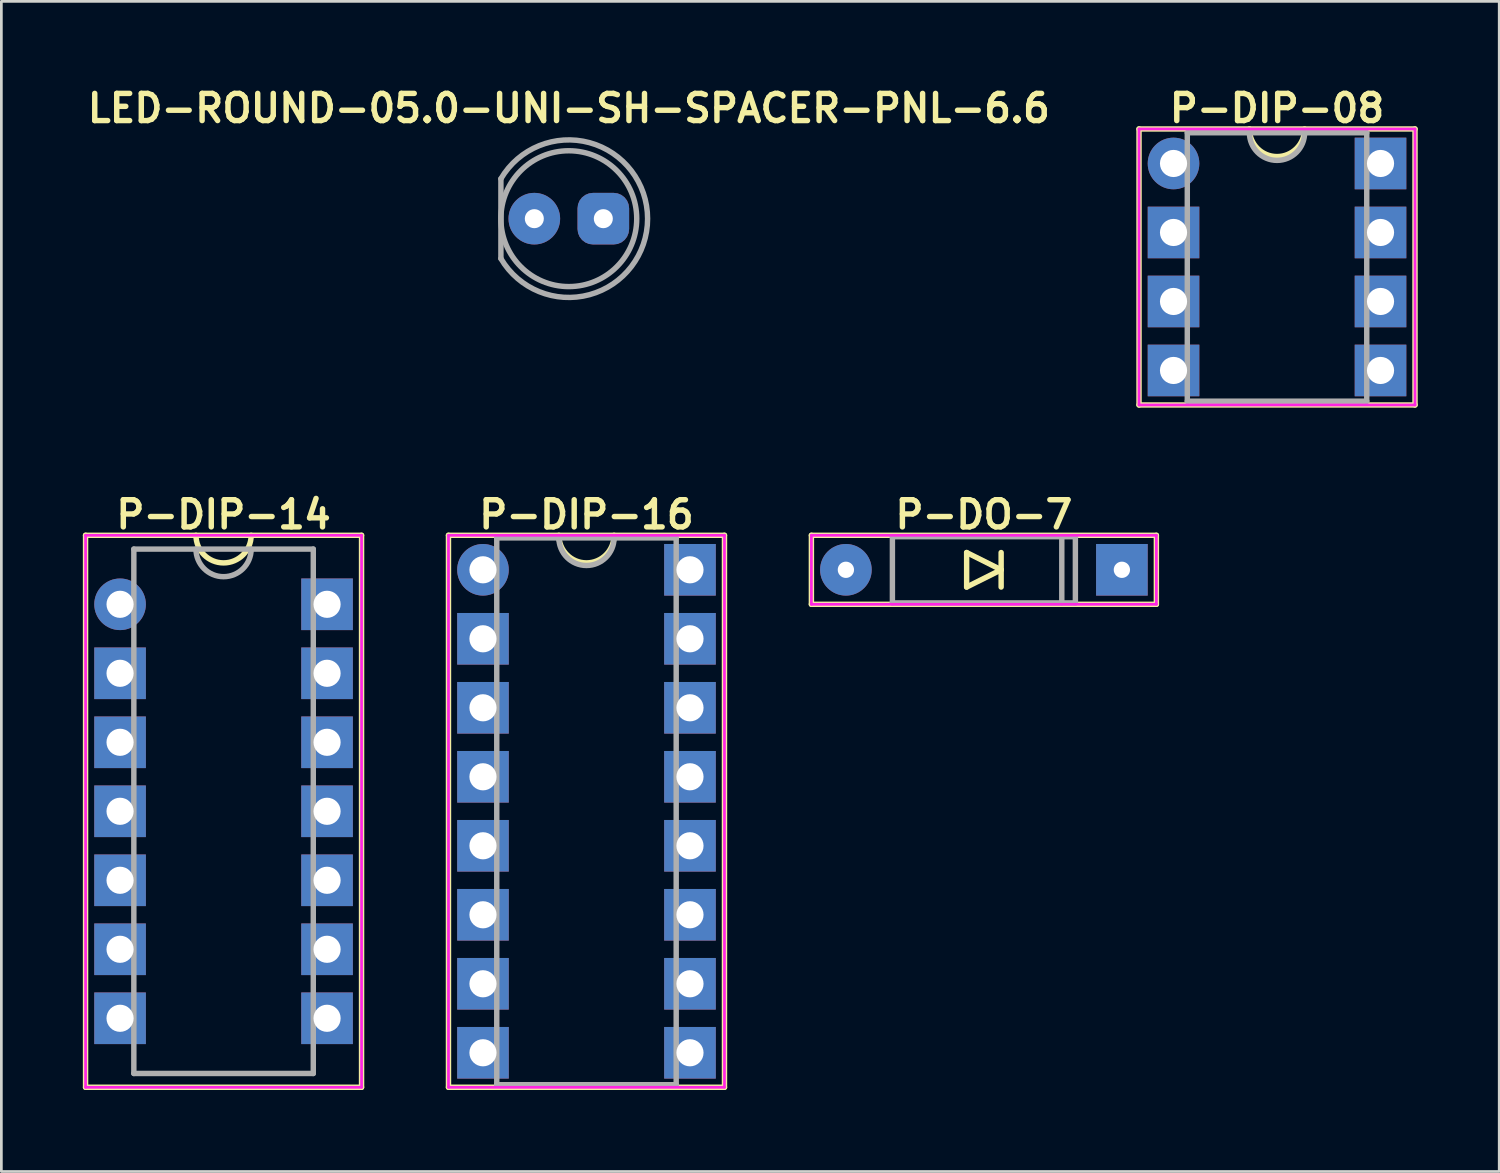
<source format=kicad_pcb>
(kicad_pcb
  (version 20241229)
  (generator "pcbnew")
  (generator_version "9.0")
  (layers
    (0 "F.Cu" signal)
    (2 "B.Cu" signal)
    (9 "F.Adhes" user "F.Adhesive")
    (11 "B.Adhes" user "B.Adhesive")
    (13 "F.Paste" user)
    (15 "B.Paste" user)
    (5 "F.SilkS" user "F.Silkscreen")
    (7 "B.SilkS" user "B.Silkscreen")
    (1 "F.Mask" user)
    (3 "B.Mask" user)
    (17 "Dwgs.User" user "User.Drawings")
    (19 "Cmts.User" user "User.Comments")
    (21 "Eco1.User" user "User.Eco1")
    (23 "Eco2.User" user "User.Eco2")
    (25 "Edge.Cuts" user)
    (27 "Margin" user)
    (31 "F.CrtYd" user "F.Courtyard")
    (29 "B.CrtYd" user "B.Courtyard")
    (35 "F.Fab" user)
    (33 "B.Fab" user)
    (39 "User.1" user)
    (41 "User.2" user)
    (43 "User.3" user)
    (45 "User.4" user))
  (footprint "P-DIP-16"
    (layer "F.Cu")
    (at 18.54 26.816)
    (property "Reference" "P-DIP-16" (at 0 -10.922 0) (layer "F.SilkS") (effects (font (size 1 1) (thickness 0.2))))
    (attr through_hole)
    (fp_line (start -5.08 -10.16) (end -5.08 10.16) (stroke (width 0.2) (type solid)) (layer "F.SilkS"))
    (fp_line (start -5.08 -10.16) (end 5.08 -10.16) (stroke (width 0.2) (type solid)) (layer "F.SilkS"))
    (fp_line (start -5.08 10.16) (end 5.08 10.16) (stroke (width 0.2) (type solid)) (layer "F.SilkS"))
    (fp_line (start 5.08 -10.16) (end 5.08 10.16) (stroke (width 0.2) (type solid)) (layer "F.SilkS"))
    (fp_arc (start 1.016 -10.16) (mid 0 -9.144) (end -1.016 -10.16) (stroke (width 0.2) (type solid)) (layer "F.SilkS"))
    (fp_line (start -5.08 -10.16) (end -5.08 10.16) (stroke (width 0.1) (type solid)) (layer "F.CrtYd"))
    (fp_line (start -5.08 -10.16) (end 5.08 -10.16) (stroke (width 0.1) (type solid)) (layer "F.CrtYd"))
    (fp_line (start -5.08 10.16) (end 5.08 10.16) (stroke (width 0.1) (type solid)) (layer "F.CrtYd"))
    (fp_line (start 5.08 -10.16) (end 5.08 10.16) (stroke (width 0.1) (type solid)) (layer "F.CrtYd"))
    (fp_line (start -3.303 -10.065) (end -3.303 10.065) (stroke (width 0.2) (type solid)) (layer "F.Fab"))
    (fp_line (start -3.303 -10.065) (end 3.303 -10.065) (stroke (width 0.2) (type solid)) (layer "F.Fab"))
    (fp_line (start -3.303 10.065) (end 3.303 10.065) (stroke (width 0.2) (type solid)) (layer "F.Fab"))
    (fp_line (start 3.303 -10.065) (end 3.303 10.065) (stroke (width 0.2) (type solid)) (layer "F.Fab"))
    (fp_arc (start 1.016 -10.065) (mid 0 -9.049) (end -1.016 -10.065) (stroke (width 0.2) (type solid)) (layer "F.Fab"))
    (pad "1" thru_hole circle (at -3.81 -8.89) (size 1.9 1.9) (drill 1) (layers "*.Cu" "*.Mask"))
    (pad "2" thru_hole rect (at -3.81 -6.35) (size 1.9 1.9) (drill 1) (layers "*.Cu" "*.Mask"))
    (pad "3" thru_hole rect (at -3.81 -3.81) (size 1.9 1.9) (drill 1) (layers "*.Cu" "*.Mask"))
    (pad "4" thru_hole rect (at -3.81 -1.27) (size 1.9 1.9) (drill 1) (layers "*.Cu" "*.Mask"))
    (pad "5" thru_hole rect (at -3.81 1.27) (size 1.9 1.9) (drill 1) (layers "*.Cu" "*.Mask"))
    (pad "6" thru_hole rect (at -3.81 3.81) (size 1.9 1.9) (drill 1) (layers "*.Cu" "*.Mask"))
    (pad "7" thru_hole rect (at -3.81 6.35) (size 1.9 1.9) (drill 1) (layers "*.Cu" "*.Mask"))
    (pad "8" thru_hole rect (at -3.81 8.89) (size 1.9 1.9) (drill 1) (layers "*.Cu" "*.Mask"))
    (pad "9" thru_hole rect (at 3.81 8.89) (size 1.9 1.9) (drill 1) (layers "*.Cu" "*.Mask"))
    (pad "10" thru_hole rect (at 3.81 6.35) (size 1.9 1.9) (drill 1) (layers "*.Cu" "*.Mask"))
    (pad "11" thru_hole rect (at 3.81 3.81) (size 1.9 1.9) (drill 1) (layers "*.Cu" "*.Mask"))
    (pad "12" thru_hole rect (at 3.81 1.27) (size 1.9 1.9) (drill 1) (layers "*.Cu" "*.Mask"))
    (pad "13" thru_hole rect (at 3.81 -1.27) (size 1.9 1.9) (drill 1) (layers "*.Cu" "*.Mask"))
    (pad "14" thru_hole rect (at 3.81 -3.81) (size 1.9 1.9) (drill 1) (layers "*.Cu" "*.Mask"))
    (pad "15" thru_hole rect (at 3.81 -6.35) (size 1.9 1.9) (drill 1) (layers "*.Cu" "*.Mask"))
    (pad "16" thru_hole rect (at 3.81 -8.89) (size 1.9 1.9) (drill 1) (layers "*.Cu" "*.Mask")))
  (footprint "LED-ROUND-05.0-UNI-SH-SPACER-PNL-6.6"
    (layer "F.Cu")
    (at 17.89 5)
    (property "Reference" "LED-ROUND-05.0-UNI-SH-SPACER-PNL-6.6" (at 0 -4.064 0) (layer "F.SilkS") (effects (font (size 1 1) (thickness 0.2))))
    (attr through_hole)
    (fp_circle (center 0 0) (end 3.3 0) (stroke (width 0.4) (type solid)) (fill no) (layer "Eco1.User"))
    (fp_line (start -2.5 -1.467) (end -2.5 1.467) (stroke (width 0.2) (type solid)) (layer "F.Fab"))
    (fp_arc (start -2.500016 -1.469666) (mid 2.9 -0.000016) (end -2.5 1.469694) (stroke (width 0.2) (type solid)) (layer "F.Fab"))
    (fp_circle (center 0 0) (end 2.5 0) (stroke (width 0.2) (type solid)) (fill no) (layer "F.Fab"))
    (pad "A" thru_hole roundrect (at 1.27 0) (size 1.9 1.9) (drill 0.7) (layers "*.Cu" "*.Mask") (roundrect_rratio 0.3))
    (pad "C" thru_hole circle (at -1.27 0) (size 1.9 1.9) (drill 0.7) (layers "*.Cu" "*.Mask")))
  (footprint "P-DO-7"
    (layer "F.Cu")
    (at 33.17 17.926)
    (property "Reference" "P-DO-7" (at 0 -2.032 0) (layer "F.SilkS") (effects (font (size 1 1) (thickness 0.2))))
    (attr through_hole)
    (fp_line (start -6.35 -1.27) (end -6.35 1.27) (stroke (width 0.2) (type solid)) (layer "F.SilkS"))
    (fp_line (start -6.35 -1.27) (end 6.35 -1.27) (stroke (width 0.2) (type solid)) (layer "F.SilkS"))
    (fp_line (start -6.35 1.27) (end 6.35 1.27) (stroke (width 0.2) (type solid)) (layer "F.SilkS"))
    (fp_line (start -0.635 -0.635) (end -0.635 0.635) (stroke (width 0.2) (type solid)) (layer "F.SilkS"))
    (fp_line (start -0.635 -0.635) (end 0.635 0) (stroke (width 0.2) (type solid)) (layer "F.SilkS"))
    (fp_line (start -0.635 0.635) (end 0.635 0) (stroke (width 0.2) (type solid)) (layer "F.SilkS"))
    (fp_line (start 0.635 -0.635) (end 0.635 0.635) (stroke (width 0.2) (type solid)) (layer "F.SilkS"))
    (fp_line (start 6.35 -1.27) (end 6.35 1.27) (stroke (width 0.2) (type solid)) (layer "F.SilkS"))
    (fp_line (start -6.35 -1.27) (end 6.35 -1.27) (stroke (width 0.1) (type solid)) (layer "F.CrtYd"))
    (fp_line (start -6.35 1.27) (end -6.35 -1.27) (stroke (width 0.1) (type solid)) (layer "F.CrtYd"))
    (fp_line (start 6.35 -1.27) (end 6.35 1.27) (stroke (width 0.1) (type solid)) (layer "F.CrtYd"))
    (fp_line (start 6.35 1.27) (end -6.35 1.27) (stroke (width 0.1) (type solid)) (layer "F.CrtYd"))
    (fp_line (start -3.368 -1.218) (end -3.368 1.218) (stroke (width 0.2) (type solid)) (layer "F.Fab"))
    (fp_line (start -3.368 -1.218) (end 3.368 -1.218) (stroke (width 0.2) (type solid)) (layer "F.Fab"))
    (fp_line (start -3.368 1.218) (end 3.368 1.218) (stroke (width 0.2) (type solid)) (layer "F.Fab"))
    (fp_line (start 2.868 -1.218) (end 2.868 1.218) (stroke (width 0.2) (type solid)) (layer "F.Fab"))
    (fp_line (start 3.368 -1.218) (end 3.368 1.218) (stroke (width 0.2) (type solid)) (layer "F.Fab"))
    (pad "A" thru_hole circle (at -5.08 0) (size 1.9 1.9) (drill 0.6) (layers "*.Cu" "*.Mask"))
    (pad "C" thru_hole rect (at 5.08 0) (size 1.9 1.9) (drill 0.6) (layers "*.Cu" "*.Mask")))
  (footprint "P-DIP-08"
    (layer "F.Cu")
    (at 43.961 6.778)
    (property "Reference" "P-DIP-08" (at 0 -5.842 0) (layer "F.SilkS") (effects (font (size 1 1) (thickness 0.2))))
    (attr through_hole)
    (fp_line (start -5.08 -5.08) (end -5.08 5.08) (stroke (width 0.2) (type solid)) (layer "F.SilkS"))
    (fp_line (start -5.08 -5.08) (end 5.08 -5.08) (stroke (width 0.2) (type solid)) (layer "F.SilkS"))
    (fp_line (start -5.08 5.08) (end 5.08 5.08) (stroke (width 0.2) (type solid)) (layer "F.SilkS"))
    (fp_line (start 5.08 -5.08) (end 5.08 5.08) (stroke (width 0.2) (type solid)) (layer "F.SilkS"))
    (fp_arc (start 1.016 -5.08) (mid 0 -4.064) (end -1.016 -5.08) (stroke (width 0.2) (type solid)) (layer "F.SilkS"))
    (fp_line (start -5.08 -5.08) (end -5.08 5.08) (stroke (width 0.1) (type solid)) (layer "F.CrtYd"))
    (fp_line (start -5.08 -5.08) (end 5.08 -5.08) (stroke (width 0.1) (type solid)) (layer "F.CrtYd"))
    (fp_line (start -5.08 5.08) (end 5.08 5.08) (stroke (width 0.1) (type solid)) (layer "F.CrtYd"))
    (fp_line (start 5.08 -5.08) (end 5.08 5.08) (stroke (width 0.1) (type solid)) (layer "F.CrtYd"))
    (fp_line (start -3.303 -4.94) (end -3.303 4.94) (stroke (width 0.2) (type solid)) (layer "F.Fab"))
    (fp_line (start -3.303 -4.94) (end 3.303 -4.94) (stroke (width 0.2) (type solid)) (layer "F.Fab"))
    (fp_line (start -3.303 4.94) (end 3.303 4.94) (stroke (width 0.2) (type solid)) (layer "F.Fab"))
    (fp_line (start 3.303 -4.94) (end 3.303 4.94) (stroke (width 0.2) (type solid)) (layer "F.Fab"))
    (fp_arc (start 1.016 -4.94) (mid 0 -3.924) (end -1.016 -4.94) (stroke (width 0.2) (type solid)) (layer "F.Fab"))
    (pad "1" thru_hole circle (at -3.81 -3.81) (size 1.9 1.9) (drill 1) (layers "*.Cu" "*.Mask"))
    (pad "2" thru_hole rect (at -3.81 -1.27) (size 1.9 1.9) (drill 1) (layers "*.Cu" "*.Mask"))
    (pad "3" thru_hole rect (at -3.81 1.27) (size 1.9 1.9) (drill 1) (layers "*.Cu" "*.Mask"))
    (pad "4" thru_hole rect (at -3.81 3.81) (size 1.9 1.9) (drill 1) (layers "*.Cu" "*.Mask"))
    (pad "5" thru_hole rect (at 3.81 3.81) (size 1.9 1.9) (drill 1) (layers "*.Cu" "*.Mask"))
    (pad "6" thru_hole rect (at 3.81 1.27) (size 1.9 1.9) (drill 1) (layers "*.Cu" "*.Mask"))
    (pad "7" thru_hole rect (at 3.81 -1.27) (size 1.9 1.9) (drill 1) (layers "*.Cu" "*.Mask"))
    (pad "8" thru_hole rect (at 3.81 -3.81) (size 1.9 1.9) (drill 1) (layers "*.Cu" "*.Mask")))
  (footprint "P-DIP-14"
    (layer "F.Cu")
    (at 5.18 26.816)
    (property "Reference" "P-DIP-14" (at 0 -10.922 0) (layer "F.SilkS") (effects (font (size 1 1) (thickness 0.2))))
    (attr through_hole)
    (fp_line (start -5.08 -10.16) (end -5.08 10.16) (stroke (width 0.2) (type solid)) (layer "F.SilkS"))
    (fp_line (start -5.08 -10.16) (end 5.08 -10.16) (stroke (width 0.2) (type solid)) (layer "F.SilkS"))
    (fp_line (start -5.08 10.16) (end 5.08 10.16) (stroke (width 0.2) (type solid)) (layer "F.SilkS"))
    (fp_line (start 5.08 -10.16) (end 5.08 10.16) (stroke (width 0.2) (type solid)) (layer "F.SilkS"))
    (fp_arc (start 1.016 -10.16) (mid 0 -9.144) (end -1.016 -10.16) (stroke (width 0.2) (type solid)) (layer "F.SilkS"))
    (fp_line (start -5.08 -10.16) (end -5.08 10.16) (stroke (width 0.1) (type solid)) (layer "F.CrtYd"))
    (fp_line (start -5.08 -10.16) (end 5.08 -10.16) (stroke (width 0.1) (type solid)) (layer "F.CrtYd"))
    (fp_line (start -5.08 10.16) (end 5.08 10.16) (stroke (width 0.1) (type solid)) (layer "F.CrtYd"))
    (fp_line (start 5.08 -10.16) (end 5.08 10.16) (stroke (width 0.1) (type solid)) (layer "F.CrtYd"))
    (fp_line (start -3.303 -9.652) (end -3.303 9.652) (stroke (width 0.2) (type solid)) (layer "F.Fab"))
    (fp_line (start -3.303 -9.652) (end 3.303 -9.652) (stroke (width 0.2) (type solid)) (layer "F.Fab"))
    (fp_line (start -3.303 9.652) (end 3.303 9.652) (stroke (width 0.2) (type solid)) (layer "F.Fab"))
    (fp_line (start 3.303 -9.652) (end 3.303 9.652) (stroke (width 0.2) (type solid)) (layer "F.Fab"))
    (fp_arc (start 1.016 -9.6525) (mid 0 -8.6365) (end -1.016 -9.6525) (stroke (width 0.2) (type solid)) (layer "F.Fab"))
    (pad "1" thru_hole circle (at -3.81 -7.62) (size 1.9 1.9) (drill 1) (layers "*.Cu" "*.Mask"))
    (pad "2" thru_hole rect (at -3.81 -5.08) (size 1.9 1.9) (drill 1) (layers "*.Cu" "*.Mask"))
    (pad "3" thru_hole rect (at -3.81 -2.54) (size 1.9 1.9) (drill 1) (layers "*.Cu" "*.Mask"))
    (pad "4" thru_hole rect (at -3.81 0) (size 1.9 1.9) (drill 1) (layers "*.Cu" "*.Mask"))
    (pad "5" thru_hole rect (at -3.81 2.54) (size 1.9 1.9) (drill 1) (layers "*.Cu" "*.Mask"))
    (pad "6" thru_hole rect (at -3.81 5.08) (size 1.9 1.9) (drill 1) (layers "*.Cu" "*.Mask"))
    (pad "7" thru_hole rect (at -3.81 7.62) (size 1.9 1.9) (drill 1) (layers "*.Cu" "*.Mask"))
    (pad "8" thru_hole rect (at 3.81 7.62) (size 1.9 1.9) (drill 1) (layers "*.Cu" "*.Mask"))
    (pad "9" thru_hole rect (at 3.81 5.08) (size 1.9 1.9) (drill 1) (layers "*.Cu" "*.Mask"))
    (pad "10" thru_hole rect (at 3.81 2.54) (size 1.9 1.9) (drill 1) (layers "*.Cu" "*.Mask"))
    (pad "11" thru_hole rect (at 3.81 0) (size 1.9 1.9) (drill 1) (layers "*.Cu" "*.Mask"))
    (pad "12" thru_hole rect (at 3.81 -2.54) (size 1.9 1.9) (drill 1) (layers "*.Cu" "*.Mask"))
    (pad "13" thru_hole rect (at 3.81 -5.08) (size 1.9 1.9) (drill 1) (layers "*.Cu" "*.Mask"))
    (pad "14" thru_hole rect (at 3.81 -7.62) (size 1.9 1.9) (drill 1) (layers "*.Cu" "*.Mask")))
  (gr_rect
    (start -3 -3)
    (end 52.141 40.076)
    (stroke (width 0.1) (type default))
    (fill no)
    (layer "Edge.Cuts")))
</source>
